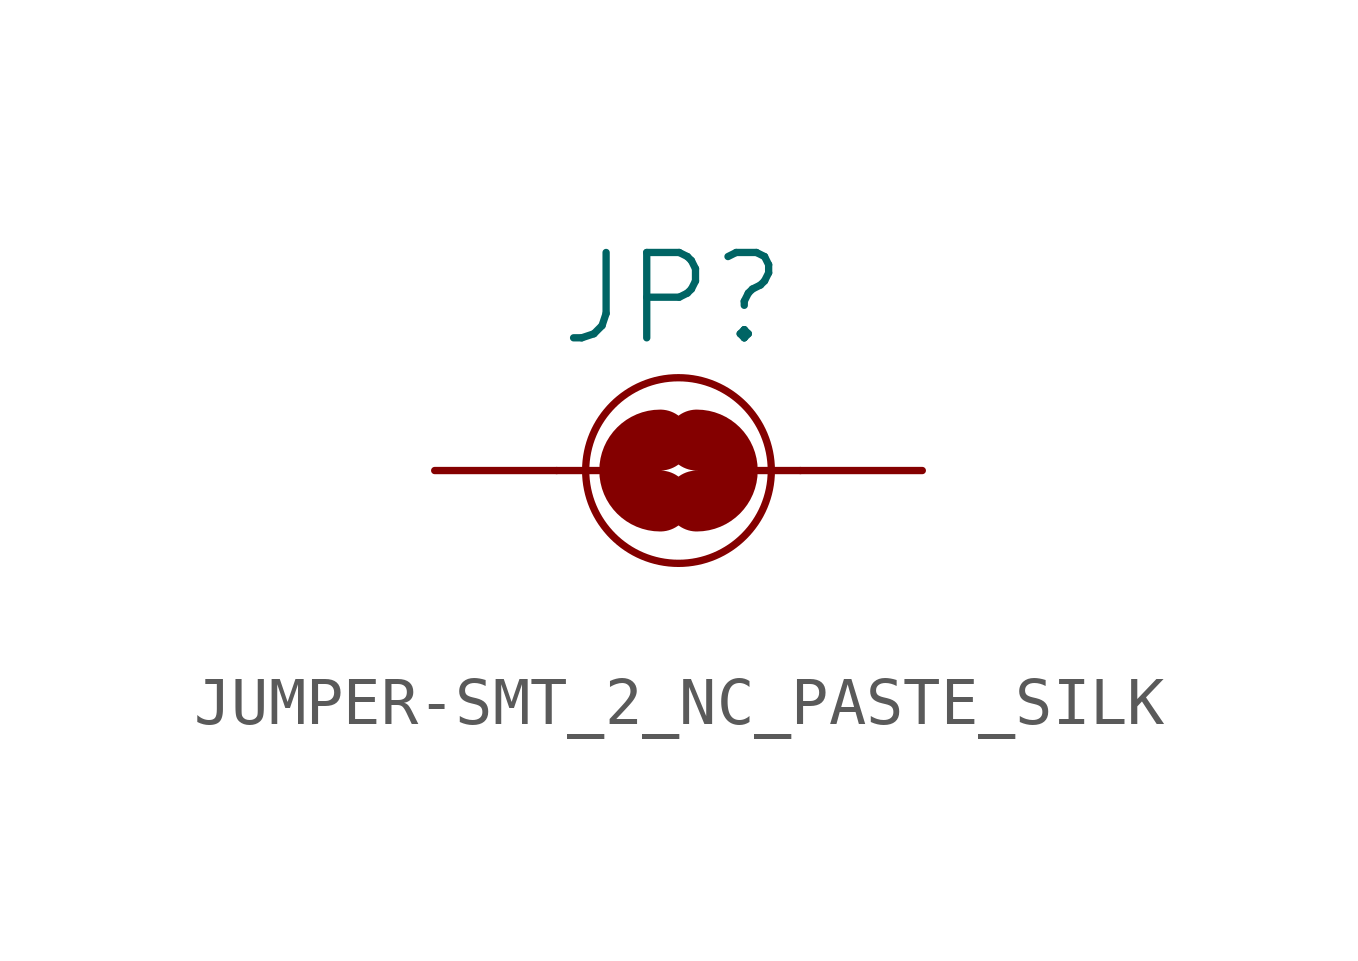
<source format=kicad_sym>
(kicad_symbol_lib
  (version 20231120)
  (generator "kicad_symbol_editor")
  (generator_version "8.0")
  (symbol "JUMPER-SMT_2_NC_PASTE_SILK"
    (property "Reference" "JP"
      (at -2.54 2.54 0)
      (effects (font (size 1.778 1.778)) (justify left bottom)))
    (property "Value" ""
      (at -2.54 -2.54 0)
      (effects (font (size 1.778 1.778)) (justify left top)))
    (property "ki_locked" ""
      (at 0 0 0)
      (effects (font (size 1.27 1.27))))
    (symbol "JUMPER-SMT_2_NC_PASTE_SILK_1_0"
      (arc (start -0.3808 0.635) (mid -1.0159 0.0001) (end -0.381 -0.635) (stroke (width 1.27) (type solid)) (fill (type none)))
      (polyline (pts (xy -2.54 0) (xy -1.651 0)) (stroke (width 0.152) (type solid)) (fill (type none)))
      (polyline (pts (xy 2.54 0) (xy 1.651 0)) (stroke (width 0.152) (type solid)) (fill (type none)))
      (circle (center 0 0) (radius 1.934) (stroke (width 0) (type solid)) (fill (type none)))
      (arc (start 0.3808 -0.635) (mid 1.0159 -0.0001) (end 0.381 0.635) (stroke (width 1.27) (type solid)) (fill (type none)))
      (pin passive line (at -5.08 0 0) (length 2.54) (name "1" (effects (font (size 0 0)))) (number "1" (effects (font (size 0 0)))))
      (pin passive line (at 5.08 0 180) (length 2.54) (name "2" (effects (font (size 0 0)))) (number "2" (effects (font (size 0 0))))))))
</source>
